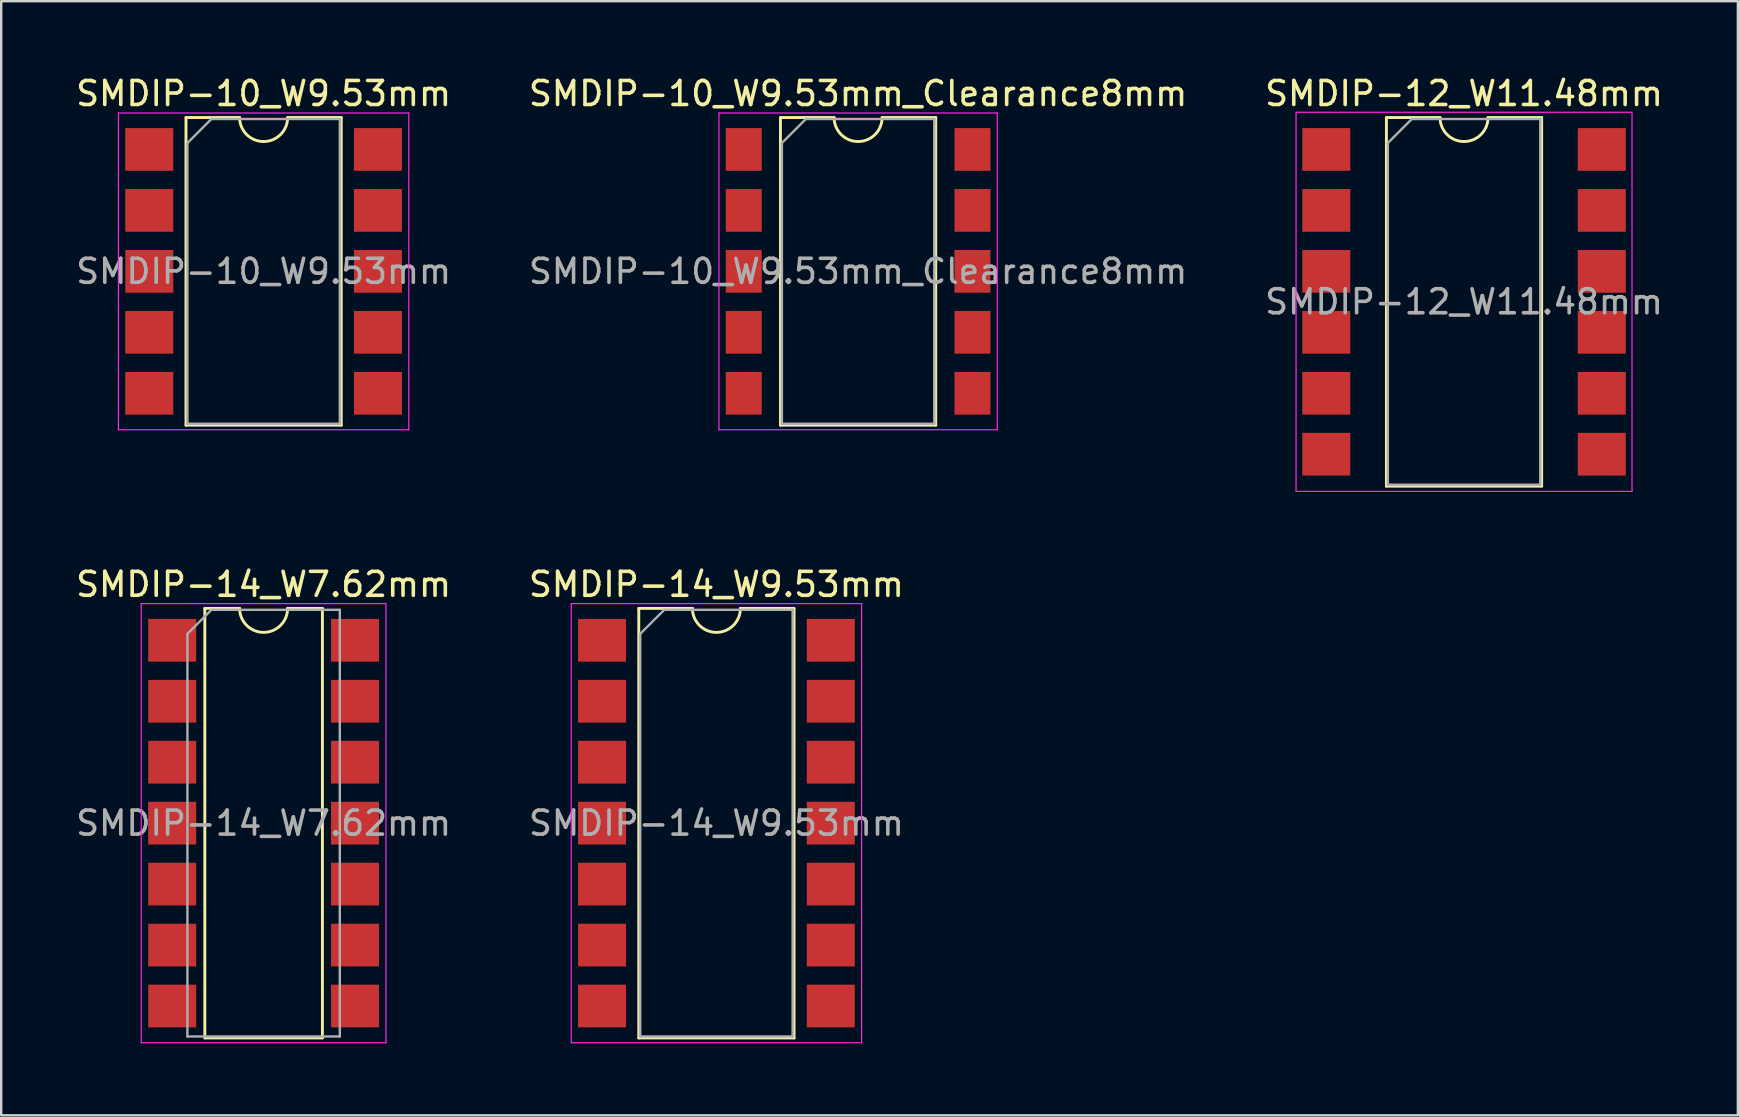
<source format=kicad_pcb>
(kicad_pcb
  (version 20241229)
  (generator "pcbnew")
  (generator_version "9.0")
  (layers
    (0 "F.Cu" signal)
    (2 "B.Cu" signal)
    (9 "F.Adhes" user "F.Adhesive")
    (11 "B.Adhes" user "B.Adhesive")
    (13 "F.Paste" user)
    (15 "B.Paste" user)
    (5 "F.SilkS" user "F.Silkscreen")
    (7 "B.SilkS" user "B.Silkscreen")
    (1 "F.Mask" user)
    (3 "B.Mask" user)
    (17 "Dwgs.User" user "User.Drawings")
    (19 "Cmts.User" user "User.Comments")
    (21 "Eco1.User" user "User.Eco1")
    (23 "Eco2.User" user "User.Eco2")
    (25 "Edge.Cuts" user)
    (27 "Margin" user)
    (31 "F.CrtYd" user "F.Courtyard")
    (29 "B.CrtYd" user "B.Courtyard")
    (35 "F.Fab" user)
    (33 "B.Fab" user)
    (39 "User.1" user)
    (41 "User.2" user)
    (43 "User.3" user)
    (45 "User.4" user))
  (footprint "SMDIP-10_W9.53mm_Clearance8mm"
    (layer "F.Cu")
    (at 32.708 8.258)
    (property "Reference" "SMDIP-10_W9.53mm_Clearance8mm" (at 0 -7.41 0) (layer "F.SilkS") (effects (font (size 1 1) (thickness 0.15))))
    (attr smd)
    (fp_line (start -3.235 -6.41) (end -3.235 6.41) (stroke (width 0.12) (type solid)) (layer "F.SilkS"))
    (fp_line (start -3.235 6.41) (end 3.235 6.41) (stroke (width 0.12) (type solid)) (layer "F.SilkS"))
    (fp_line (start -1 -6.41) (end -3.235 -6.41) (stroke (width 0.12) (type solid)) (layer "F.SilkS"))
    (fp_line (start 3.235 -6.41) (end 1 -6.41) (stroke (width 0.12) (type solid)) (layer "F.SilkS"))
    (fp_line (start 3.235 6.41) (end 3.235 -6.41) (stroke (width 0.12) (type solid)) (layer "F.SilkS"))
    (fp_arc (start 1 -6.41) (mid 0 -5.41) (end -1 -6.41) (stroke (width 0.12) (type solid)) (layer "F.SilkS"))
    (fp_line (start -5.8 -6.6) (end -5.8 6.6) (stroke (width 0.05) (type solid)) (layer "F.CrtYd"))
    (fp_line (start -5.8 6.6) (end 5.8 6.6) (stroke (width 0.05) (type solid)) (layer "F.CrtYd"))
    (fp_line (start 5.8 -6.6) (end -5.8 -6.6) (stroke (width 0.05) (type solid)) (layer "F.CrtYd"))
    (fp_line (start 5.8 6.6) (end 5.8 -6.6) (stroke (width 0.05) (type solid)) (layer "F.CrtYd"))
    (fp_line (start -3.175 -5.35) (end -2.175 -6.35) (stroke (width 0.1) (type solid)) (layer "F.Fab"))
    (fp_line (start -3.175 6.35) (end -3.175 -5.35) (stroke (width 0.1) (type solid)) (layer "F.Fab"))
    (fp_line (start -2.175 -6.35) (end 3.175 -6.35) (stroke (width 0.1) (type solid)) (layer "F.Fab"))
    (fp_line (start 3.175 -6.35) (end 3.175 6.35) (stroke (width 0.1) (type solid)) (layer "F.Fab"))
    (fp_line (start 3.175 6.35) (end -3.175 6.35) (stroke (width 0.1) (type solid)) (layer "F.Fab"))
    (fp_text user "${REFERENCE}" (at 0 0 0) (layer "F.Fab") (effects (font (size 1 1) (thickness 0.15))))
    (pad "1" smd rect (at -4.765 -5.08) (size 1.5 1.78) (layers "F.Cu" "F.Mask" "F.Paste"))
    (pad "2" smd rect (at -4.765 -2.54) (size 1.5 1.78) (layers "F.Cu" "F.Mask" "F.Paste"))
    (pad "3" smd rect (at -4.765 0) (size 1.5 1.78) (layers "F.Cu" "F.Mask" "F.Paste"))
    (pad "4" smd rect (at -4.765 2.54) (size 1.5 1.78) (layers "F.Cu" "F.Mask" "F.Paste"))
    (pad "5" smd rect (at -4.765 5.08) (size 1.5 1.78) (layers "F.Cu" "F.Mask" "F.Paste"))
    (pad "6" smd rect (at 4.765 5.08) (size 1.5 1.78) (layers "F.Cu" "F.Mask" "F.Paste"))
    (pad "7" smd rect (at 4.765 2.54) (size 1.5 1.78) (layers "F.Cu" "F.Mask" "F.Paste"))
    (pad "8" smd rect (at 4.765 0) (size 1.5 1.78) (layers "F.Cu" "F.Mask" "F.Paste"))
    (pad "9" smd rect (at 4.765 -2.54) (size 1.5 1.78) (layers "F.Cu" "F.Mask" "F.Paste"))
    (pad "10" smd rect (at 4.765 -5.08) (size 1.5 1.78) (layers "F.Cu" "F.Mask" "F.Paste")))
  (footprint "SMDIP-14_W7.62mm"
    (layer "F.Cu")
    (at 7.935 31.252)
    (property "Reference" "SMDIP-14_W7.62mm" (at 0 -9.95 0) (layer "F.SilkS") (effects (font (size 1 1) (thickness 0.15))))
    (attr smd)
    (fp_line (start -2.45 -8.95) (end -2.45 8.95) (stroke (width 0.12) (type solid)) (layer "F.SilkS"))
    (fp_line (start -2.45 8.95) (end 2.45 8.95) (stroke (width 0.12) (type solid)) (layer "F.SilkS"))
    (fp_line (start -1 -8.95) (end -2.45 -8.95) (stroke (width 0.12) (type solid)) (layer "F.SilkS"))
    (fp_line (start 2.45 -8.95) (end 1 -8.95) (stroke (width 0.12) (type solid)) (layer "F.SilkS"))
    (fp_line (start 2.45 8.95) (end 2.45 -8.95) (stroke (width 0.12) (type solid)) (layer "F.SilkS"))
    (fp_arc (start 1 -8.95) (mid 0 -7.95) (end -1 -8.95) (stroke (width 0.12) (type solid)) (layer "F.SilkS"))
    (fp_line (start -5.1 -9.15) (end -5.1 9.15) (stroke (width 0.05) (type solid)) (layer "F.CrtYd"))
    (fp_line (start -5.1 9.15) (end 5.1 9.15) (stroke (width 0.05) (type solid)) (layer "F.CrtYd"))
    (fp_line (start 5.1 -9.15) (end -5.1 -9.15) (stroke (width 0.05) (type solid)) (layer "F.CrtYd"))
    (fp_line (start 5.1 9.15) (end 5.1 -9.15) (stroke (width 0.05) (type solid)) (layer "F.CrtYd"))
    (fp_line (start -3.175 -7.89) (end -2.175 -8.89) (stroke (width 0.1) (type solid)) (layer "F.Fab"))
    (fp_line (start -3.175 8.89) (end -3.175 -7.89) (stroke (width 0.1) (type solid)) (layer "F.Fab"))
    (fp_line (start -2.175 -8.89) (end 3.175 -8.89) (stroke (width 0.1) (type solid)) (layer "F.Fab"))
    (fp_line (start 3.175 -8.89) (end 3.175 8.89) (stroke (width 0.1) (type solid)) (layer "F.Fab"))
    (fp_line (start 3.175 8.89) (end -3.175 8.89) (stroke (width 0.1) (type solid)) (layer "F.Fab"))
    (fp_text user "${REFERENCE}" (at 0 0 0) (layer "F.Fab") (effects (font (size 1 1) (thickness 0.15))))
    (pad "1" smd rect (at -3.81 -7.62) (size 2 1.78) (layers "F.Cu" "F.Mask" "F.Paste"))
    (pad "2" smd rect (at -3.81 -5.08) (size 2 1.78) (layers "F.Cu" "F.Mask" "F.Paste"))
    (pad "3" smd rect (at -3.81 -2.54) (size 2 1.78) (layers "F.Cu" "F.Mask" "F.Paste"))
    (pad "4" smd rect (at -3.81 0) (size 2 1.78) (layers "F.Cu" "F.Mask" "F.Paste"))
    (pad "5" smd rect (at -3.81 2.54) (size 2 1.78) (layers "F.Cu" "F.Mask" "F.Paste"))
    (pad "6" smd rect (at -3.81 5.08) (size 2 1.78) (layers "F.Cu" "F.Mask" "F.Paste"))
    (pad "7" smd rect (at -3.81 7.62) (size 2 1.78) (layers "F.Cu" "F.Mask" "F.Paste"))
    (pad "8" smd rect (at 3.81 7.62) (size 2 1.78) (layers "F.Cu" "F.Mask" "F.Paste"))
    (pad "9" smd rect (at 3.81 5.08) (size 2 1.78) (layers "F.Cu" "F.Mask" "F.Paste"))
    (pad "10" smd rect (at 3.81 2.54) (size 2 1.78) (layers "F.Cu" "F.Mask" "F.Paste"))
    (pad "11" smd rect (at 3.81 0) (size 2 1.78) (layers "F.Cu" "F.Mask" "F.Paste"))
    (pad "12" smd rect (at 3.81 -2.54) (size 2 1.78) (layers "F.Cu" "F.Mask" "F.Paste"))
    (pad "13" smd rect (at 3.81 -5.08) (size 2 1.78) (layers "F.Cu" "F.Mask" "F.Paste"))
    (pad "14" smd rect (at 3.81 -7.62) (size 2 1.78) (layers "F.Cu" "F.Mask" "F.Paste")))
  (footprint "SMDIP-10_W9.53mm"
    (layer "F.Cu")
    (at 7.935 8.258)
    (property "Reference" "SMDIP-10_W9.53mm" (at 0 -7.41 0) (layer "F.SilkS") (effects (font (size 1 1) (thickness 0.15))))
    (attr smd)
    (fp_line (start -3.235 -6.41) (end -3.235 6.41) (stroke (width 0.12) (type solid)) (layer "F.SilkS"))
    (fp_line (start -3.235 6.41) (end 3.235 6.41) (stroke (width 0.12) (type solid)) (layer "F.SilkS"))
    (fp_line (start -1 -6.41) (end -3.235 -6.41) (stroke (width 0.12) (type solid)) (layer "F.SilkS"))
    (fp_line (start 3.235 -6.41) (end 1 -6.41) (stroke (width 0.12) (type solid)) (layer "F.SilkS"))
    (fp_line (start 3.235 6.41) (end 3.235 -6.41) (stroke (width 0.12) (type solid)) (layer "F.SilkS"))
    (fp_arc (start 1 -6.41) (mid 0 -5.41) (end -1 -6.41) (stroke (width 0.12) (type solid)) (layer "F.SilkS"))
    (fp_line (start -6.05 -6.6) (end -6.05 6.6) (stroke (width 0.05) (type solid)) (layer "F.CrtYd"))
    (fp_line (start -6.05 6.6) (end 6.05 6.6) (stroke (width 0.05) (type solid)) (layer "F.CrtYd"))
    (fp_line (start 6.05 -6.6) (end -6.05 -6.6) (stroke (width 0.05) (type solid)) (layer "F.CrtYd"))
    (fp_line (start 6.05 6.6) (end 6.05 -6.6) (stroke (width 0.05) (type solid)) (layer "F.CrtYd"))
    (fp_line (start -3.175 -5.35) (end -2.175 -6.35) (stroke (width 0.1) (type solid)) (layer "F.Fab"))
    (fp_line (start -3.175 6.35) (end -3.175 -5.35) (stroke (width 0.1) (type solid)) (layer "F.Fab"))
    (fp_line (start -2.175 -6.35) (end 3.175 -6.35) (stroke (width 0.1) (type solid)) (layer "F.Fab"))
    (fp_line (start 3.175 -6.35) (end 3.175 6.35) (stroke (width 0.1) (type solid)) (layer "F.Fab"))
    (fp_line (start 3.175 6.35) (end -3.175 6.35) (stroke (width 0.1) (type solid)) (layer "F.Fab"))
    (fp_text user "${REFERENCE}" (at 0 0 0) (layer "F.Fab") (effects (font (size 1 1) (thickness 0.15))))
    (pad "1" smd rect (at -4.765 -5.08) (size 2 1.78) (layers "F.Cu" "F.Mask" "F.Paste"))
    (pad "2" smd rect (at -4.765 -2.54) (size 2 1.78) (layers "F.Cu" "F.Mask" "F.Paste"))
    (pad "3" smd rect (at -4.765 0) (size 2 1.78) (layers "F.Cu" "F.Mask" "F.Paste"))
    (pad "4" smd rect (at -4.765 2.54) (size 2 1.78) (layers "F.Cu" "F.Mask" "F.Paste"))
    (pad "5" smd rect (at -4.765 5.08) (size 2 1.78) (layers "F.Cu" "F.Mask" "F.Paste"))
    (pad "6" smd rect (at 4.765 5.08) (size 2 1.78) (layers "F.Cu" "F.Mask" "F.Paste"))
    (pad "7" smd rect (at 4.765 2.54) (size 2 1.78) (layers "F.Cu" "F.Mask" "F.Paste"))
    (pad "8" smd rect (at 4.765 0) (size 2 1.78) (layers "F.Cu" "F.Mask" "F.Paste"))
    (pad "9" smd rect (at 4.765 -2.54) (size 2 1.78) (layers "F.Cu" "F.Mask" "F.Paste"))
    (pad "10" smd rect (at 4.765 -5.08) (size 2 1.78) (layers "F.Cu" "F.Mask" "F.Paste")))
  (footprint "SMDIP-12_W11.48mm"
    (layer "F.Cu")
    (at 57.958 9.528)
    (property "Reference" "SMDIP-12_W11.48mm" (at 0 -8.68 0) (layer "F.SilkS") (effects (font (size 1 1) (thickness 0.15))))
    (attr smd)
    (fp_line (start -3.235 -7.68) (end -3.235 7.68) (stroke (width 0.12) (type solid)) (layer "F.SilkS"))
    (fp_line (start -3.235 7.68) (end 3.235 7.68) (stroke (width 0.12) (type solid)) (layer "F.SilkS"))
    (fp_line (start -1 -7.68) (end -3.235 -7.68) (stroke (width 0.12) (type solid)) (layer "F.SilkS"))
    (fp_line (start 3.235 -7.68) (end 1 -7.68) (stroke (width 0.12) (type solid)) (layer "F.SilkS"))
    (fp_line (start 3.235 7.68) (end 3.235 -7.68) (stroke (width 0.12) (type solid)) (layer "F.SilkS"))
    (fp_arc (start 1 -7.68) (mid 0 -6.68) (end -1 -7.68) (stroke (width 0.12) (type solid)) (layer "F.SilkS"))
    (fp_line (start -7 -7.9) (end -7 7.9) (stroke (width 0.05) (type solid)) (layer "F.CrtYd"))
    (fp_line (start -7 7.9) (end 7 7.9) (stroke (width 0.05) (type solid)) (layer "F.CrtYd"))
    (fp_line (start 7 -7.9) (end -7 -7.9) (stroke (width 0.05) (type solid)) (layer "F.CrtYd"))
    (fp_line (start 7 7.9) (end 7 -7.9) (stroke (width 0.05) (type solid)) (layer "F.CrtYd"))
    (fp_line (start -3.175 -6.62) (end -2.175 -7.62) (stroke (width 0.1) (type solid)) (layer "F.Fab"))
    (fp_line (start -3.175 7.62) (end -3.175 -6.62) (stroke (width 0.1) (type solid)) (layer "F.Fab"))
    (fp_line (start -2.175 -7.62) (end 3.175 -7.62) (stroke (width 0.1) (type solid)) (layer "F.Fab"))
    (fp_line (start 3.175 -7.62) (end 3.175 7.62) (stroke (width 0.1) (type solid)) (layer "F.Fab"))
    (fp_line (start 3.175 7.62) (end -3.175 7.62) (stroke (width 0.1) (type solid)) (layer "F.Fab"))
    (fp_text user "${REFERENCE}" (at 0 0 0) (layer "F.Fab") (effects (font (size 1 1) (thickness 0.15))))
    (pad "1" smd rect (at -5.74 -6.35) (size 2 1.78) (layers "F.Cu" "F.Mask" "F.Paste"))
    (pad "2" smd rect (at -5.74 -3.81) (size 2 1.78) (layers "F.Cu" "F.Mask" "F.Paste"))
    (pad "3" smd rect (at -5.74 -1.27) (size 2 1.78) (layers "F.Cu" "F.Mask" "F.Paste"))
    (pad "4" smd rect (at -5.74 1.27) (size 2 1.78) (layers "F.Cu" "F.Mask" "F.Paste"))
    (pad "5" smd rect (at -5.74 3.81) (size 2 1.78) (layers "F.Cu" "F.Mask" "F.Paste"))
    (pad "6" smd rect (at -5.74 6.35) (size 2 1.78) (layers "F.Cu" "F.Mask" "F.Paste"))
    (pad "7" smd rect (at 5.74 6.35) (size 2 1.78) (layers "F.Cu" "F.Mask" "F.Paste"))
    (pad "8" smd rect (at 5.74 3.81) (size 2 1.78) (layers "F.Cu" "F.Mask" "F.Paste"))
    (pad "9" smd rect (at 5.74 1.27) (size 2 1.78) (layers "F.Cu" "F.Mask" "F.Paste"))
    (pad "10" smd rect (at 5.74 -1.27) (size 2 1.78) (layers "F.Cu" "F.Mask" "F.Paste"))
    (pad "11" smd rect (at 5.74 -3.81) (size 2 1.78) (layers "F.Cu" "F.Mask" "F.Paste"))
    (pad "12" smd rect (at 5.74 -6.35) (size 2 1.78) (layers "F.Cu" "F.Mask" "F.Paste")))
  (footprint "SMDIP-14_W9.53mm"
    (layer "F.Cu")
    (at 26.804 31.252)
    (property "Reference" "SMDIP-14_W9.53mm" (at 0 -9.95 0) (layer "F.SilkS") (effects (font (size 1 1) (thickness 0.15))))
    (attr smd)
    (fp_line (start -3.235 -8.95) (end -3.235 8.95) (stroke (width 0.12) (type solid)) (layer "F.SilkS"))
    (fp_line (start -3.235 8.95) (end 3.235 8.95) (stroke (width 0.12) (type solid)) (layer "F.SilkS"))
    (fp_line (start -1 -8.95) (end -3.235 -8.95) (stroke (width 0.12) (type solid)) (layer "F.SilkS"))
    (fp_line (start 3.235 -8.95) (end 1 -8.95) (stroke (width 0.12) (type solid)) (layer "F.SilkS"))
    (fp_line (start 3.235 8.95) (end 3.235 -8.95) (stroke (width 0.12) (type solid)) (layer "F.SilkS"))
    (fp_arc (start 1 -8.95) (mid 0 -7.95) (end -1 -8.95) (stroke (width 0.12) (type solid)) (layer "F.SilkS"))
    (fp_line (start -6.05 -9.15) (end -6.05 9.15) (stroke (width 0.05) (type solid)) (layer "F.CrtYd"))
    (fp_line (start -6.05 9.15) (end 6.05 9.15) (stroke (width 0.05) (type solid)) (layer "F.CrtYd"))
    (fp_line (start 6.05 -9.15) (end -6.05 -9.15) (stroke (width 0.05) (type solid)) (layer "F.CrtYd"))
    (fp_line (start 6.05 9.15) (end 6.05 -9.15) (stroke (width 0.05) (type solid)) (layer "F.CrtYd"))
    (fp_line (start -3.175 -7.89) (end -2.175 -8.89) (stroke (width 0.1) (type solid)) (layer "F.Fab"))
    (fp_line (start -3.175 8.89) (end -3.175 -7.89) (stroke (width 0.1) (type solid)) (layer "F.Fab"))
    (fp_line (start -2.175 -8.89) (end 3.175 -8.89) (stroke (width 0.1) (type solid)) (layer "F.Fab"))
    (fp_line (start 3.175 -8.89) (end 3.175 8.89) (stroke (width 0.1) (type solid)) (layer "F.Fab"))
    (fp_line (start 3.175 8.89) (end -3.175 8.89) (stroke (width 0.1) (type solid)) (layer "F.Fab"))
    (fp_text user "${REFERENCE}" (at 0 0 0) (layer "F.Fab") (effects (font (size 1 1) (thickness 0.15))))
    (pad "1" smd rect (at -4.765 -7.62) (size 2 1.78) (layers "F.Cu" "F.Mask" "F.Paste"))
    (pad "2" smd rect (at -4.765 -5.08) (size 2 1.78) (layers "F.Cu" "F.Mask" "F.Paste"))
    (pad "3" smd rect (at -4.765 -2.54) (size 2 1.78) (layers "F.Cu" "F.Mask" "F.Paste"))
    (pad "4" smd rect (at -4.765 0) (size 2 1.78) (layers "F.Cu" "F.Mask" "F.Paste"))
    (pad "5" smd rect (at -4.765 2.54) (size 2 1.78) (layers "F.Cu" "F.Mask" "F.Paste"))
    (pad "6" smd rect (at -4.765 5.08) (size 2 1.78) (layers "F.Cu" "F.Mask" "F.Paste"))
    (pad "7" smd rect (at -4.765 7.62) (size 2 1.78) (layers "F.Cu" "F.Mask" "F.Paste"))
    (pad "8" smd rect (at 4.765 7.62) (size 2 1.78) (layers "F.Cu" "F.Mask" "F.Paste"))
    (pad "9" smd rect (at 4.765 5.08) (size 2 1.78) (layers "F.Cu" "F.Mask" "F.Paste"))
    (pad "10" smd rect (at 4.765 2.54) (size 2 1.78) (layers "F.Cu" "F.Mask" "F.Paste"))
    (pad "11" smd rect (at 4.765 0) (size 2 1.78) (layers "F.Cu" "F.Mask" "F.Paste"))
    (pad "12" smd rect (at 4.765 -2.54) (size 2 1.78) (layers "F.Cu" "F.Mask" "F.Paste"))
    (pad "13" smd rect (at 4.765 -5.08) (size 2 1.78) (layers "F.Cu" "F.Mask" "F.Paste"))
    (pad "14" smd rect (at 4.765 -7.62) (size 2 1.78) (layers "F.Cu" "F.Mask" "F.Paste")))
  (gr_rect
    (start -3 -3)
    (end 69.369 43.426)
    (stroke (width 0.1) (type default))
    (fill no)
    (layer "Edge.Cuts")))
</source>
